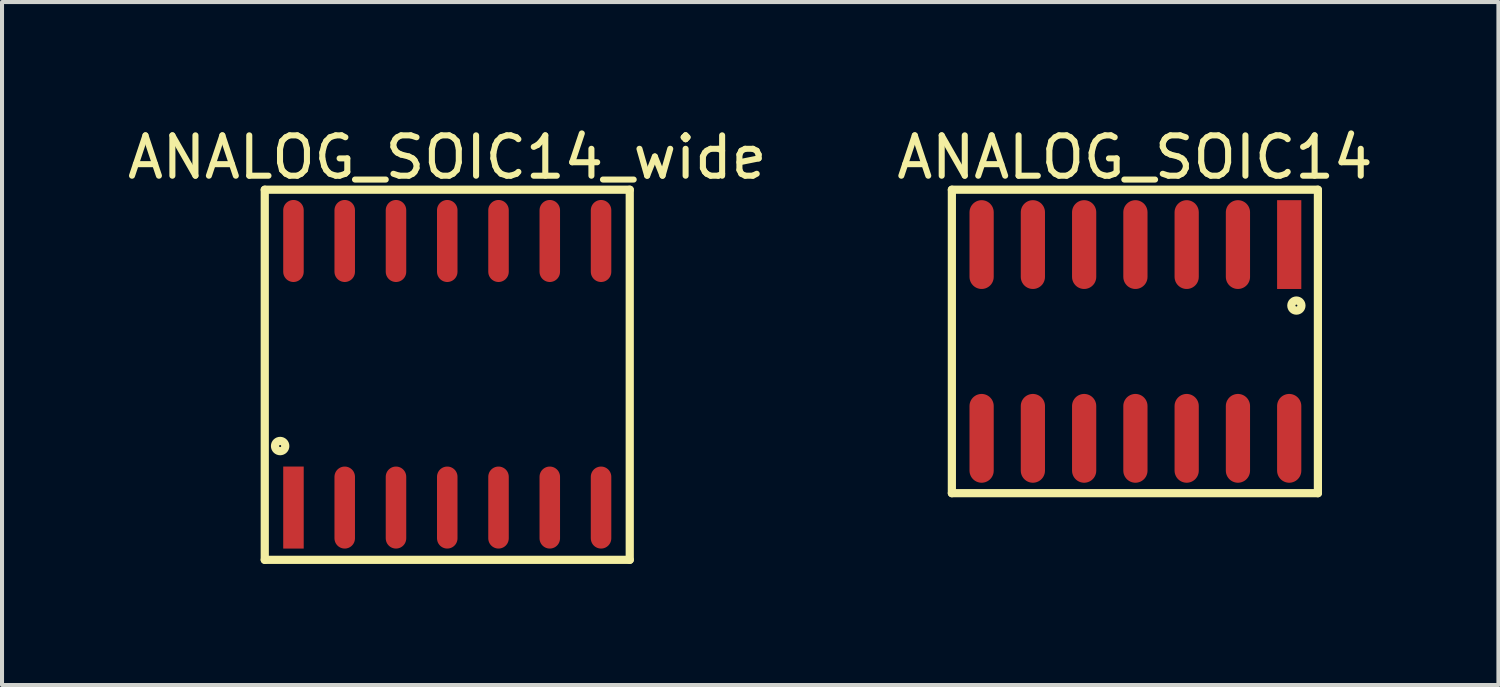
<source format=kicad_pcb>
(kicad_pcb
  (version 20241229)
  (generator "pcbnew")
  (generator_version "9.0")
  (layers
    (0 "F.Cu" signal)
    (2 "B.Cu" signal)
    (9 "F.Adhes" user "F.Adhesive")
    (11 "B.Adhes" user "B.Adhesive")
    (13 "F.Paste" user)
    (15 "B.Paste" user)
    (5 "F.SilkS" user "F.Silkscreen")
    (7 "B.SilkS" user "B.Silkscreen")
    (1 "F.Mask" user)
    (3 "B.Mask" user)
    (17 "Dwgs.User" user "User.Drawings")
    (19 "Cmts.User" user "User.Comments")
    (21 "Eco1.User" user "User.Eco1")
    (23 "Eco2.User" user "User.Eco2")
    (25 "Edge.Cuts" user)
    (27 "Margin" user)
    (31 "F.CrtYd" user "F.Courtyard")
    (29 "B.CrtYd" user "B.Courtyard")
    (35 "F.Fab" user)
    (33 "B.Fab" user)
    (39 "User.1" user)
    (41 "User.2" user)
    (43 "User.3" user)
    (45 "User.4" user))
  (footprint "ANALOG_SOIC14"
    (layer "F.Cu")
    (at 25.078 5.409)
    (property "Reference" "ANALOG_SOIC14" (at -0.013 -4.561 0) (layer "F.SilkS") (effects (font (size 1 1) (thickness 0.15))))
    (fp_line (start -4.547 -3.759) (end 4.521 -3.759) (stroke (width 0.203) (type solid)) (layer "F.SilkS"))
    (fp_line (start -4.547 3.759) (end -4.547 -3.759) (stroke (width 0.203) (type solid)) (layer "F.SilkS"))
    (fp_line (start -4.547 3.759) (end 4.521 3.759) (stroke (width 0.203) (type solid)) (layer "F.SilkS"))
    (fp_line (start 4.521 3.759) (end 4.521 -3.759) (stroke (width 0.203) (type solid)) (layer "F.SilkS"))
    (fp_circle (center 3.988 -0.889) (end 3.988 -1.014) (stroke (width 0.203) (type solid)) (fill no) (layer "F.SilkS"))
    (fp_line (start -1.17 0) (end -0.17 0) (stroke (width 0.1) (type solid)) (layer "Eco2.User"))
    (fp_line (start -0.67 0.5) (end -0.67 -0.5) (stroke (width 0.1) (type solid)) (layer "Eco2.User"))
    (pad "1" smd rect (at 3.81 -2.4) (size 0.6 2.2) (layers "F.Cu" "F.Mask" "F.Paste"))
    (pad "2" smd oval (at 2.54 -2.4) (size 0.6 2.2) (layers "F.Cu" "F.Mask" "F.Paste"))
    (pad "3" smd oval (at 1.27 -2.4) (size 0.6 2.2) (layers "F.Cu" "F.Mask" "F.Paste"))
    (pad "4" smd oval (at 0 -2.4) (size 0.6 2.2) (layers "F.Cu" "F.Mask" "F.Paste"))
    (pad "5" smd oval (at -1.27 -2.4) (size 0.6 2.2) (layers "F.Cu" "F.Mask" "F.Paste"))
    (pad "6" smd oval (at -2.54 -2.4) (size 0.6 2.2) (layers "F.Cu" "F.Mask" "F.Paste"))
    (pad "7" smd oval (at -3.81 -2.4) (size 0.6 2.2) (layers "F.Cu" "F.Mask" "F.Paste"))
    (pad "8" smd oval (at -3.81 2.4) (size 0.6 2.2) (layers "F.Cu" "F.Mask" "F.Paste"))
    (pad "9" smd oval (at -2.54 2.4) (size 0.6 2.2) (layers "F.Cu" "F.Mask" "F.Paste"))
    (pad "10" smd oval (at -1.27 2.4) (size 0.6 2.2) (layers "F.Cu" "F.Mask" "F.Paste"))
    (pad "11" smd oval (at 0 2.4) (size 0.6 2.2) (layers "F.Cu" "F.Mask" "F.Paste"))
    (pad "12" smd oval (at 1.27 2.4) (size 0.6 2.2) (layers "F.Cu" "F.Mask" "F.Paste"))
    (pad "13" smd oval (at 2.54 2.4) (size 0.6 2.2) (layers "F.Cu" "F.Mask" "F.Paste"))
    (pad "14" smd oval (at 3.81 2.4) (size 0.6 2.2) (layers "F.Cu" "F.Mask" "F.Paste")))
  (footprint "ANALOG_SOIC14_wide"
    (layer "F.Cu")
    (at 8.03 6.222)
    (property "Reference" "ANALOG_SOIC14_wide" (at 0 -5.374 0) (layer "F.SilkS") (effects (font (size 1 1) (thickness 0.15))))
    (fp_line (start -4.521 -4.572) (end 4.521 -4.572) (stroke (width 0.203) (type solid)) (layer "F.SilkS"))
    (fp_line (start -4.521 4.597) (end -4.521 -4.572) (stroke (width 0.203) (type solid)) (layer "F.SilkS"))
    (fp_line (start -4.521 4.597) (end 4.521 4.597) (stroke (width 0.203) (type solid)) (layer "F.SilkS"))
    (fp_line (start 4.521 4.597) (end 4.521 -4.572) (stroke (width 0.203) (type solid)) (layer "F.SilkS"))
    (fp_circle (center -4.14 1.778) (end -4.14 1.651) (stroke (width 0.203) (type solid)) (fill no) (layer "F.SilkS"))
    (pad "1" smd rect (at -3.81 3.302) (size 0.508 2.032) (layers "F.Cu" "F.Mask" "F.Paste"))
    (pad "2" smd oval (at -2.54 3.302) (size 0.508 2.032) (layers "F.Cu" "F.Mask" "F.Paste"))
    (pad "3" smd oval (at -1.27 3.302) (size 0.508 2.032) (layers "F.Cu" "F.Mask" "F.Paste"))
    (pad "4" smd oval (at 0 3.302) (size 0.508 2.032) (layers "F.Cu" "F.Mask" "F.Paste"))
    (pad "5" smd oval (at 1.27 3.302) (size 0.508 2.032) (layers "F.Cu" "F.Mask" "F.Paste"))
    (pad "6" smd oval (at 2.54 3.302) (size 0.508 2.032) (layers "F.Cu" "F.Mask" "F.Paste"))
    (pad "7" smd oval (at 3.81 3.302) (size 0.508 2.032) (layers "F.Cu" "F.Mask" "F.Paste"))
    (pad "8" smd oval (at 3.81 -3.302) (size 0.508 2.032) (layers "F.Cu" "F.Mask" "F.Paste"))
    (pad "9" smd oval (at 2.54 -3.302) (size 0.508 2.032) (layers "F.Cu" "F.Mask" "F.Paste"))
    (pad "10" smd oval (at 1.27 -3.302) (size 0.508 2.032) (layers "F.Cu" "F.Mask" "F.Paste"))
    (pad "11" smd oval (at 0 -3.302) (size 0.508 2.032) (layers "F.Cu" "F.Mask" "F.Paste"))
    (pad "12" smd oval (at -1.27 -3.302) (size 0.508 2.032) (layers "F.Cu" "F.Mask" "F.Paste"))
    (pad "13" smd oval (at -2.54 -3.302) (size 0.508 2.032) (layers "F.Cu" "F.Mask" "F.Paste"))
    (pad "14" smd oval (at -3.81 -3.302) (size 0.508 2.032) (layers "F.Cu" "F.Mask" "F.Paste")))
  (gr_rect
    (start -3 -3)
    (end 34.071 13.921)
    (stroke (width 0.1) (type default))
    (fill no)
    (layer "Edge.Cuts")))
</source>
